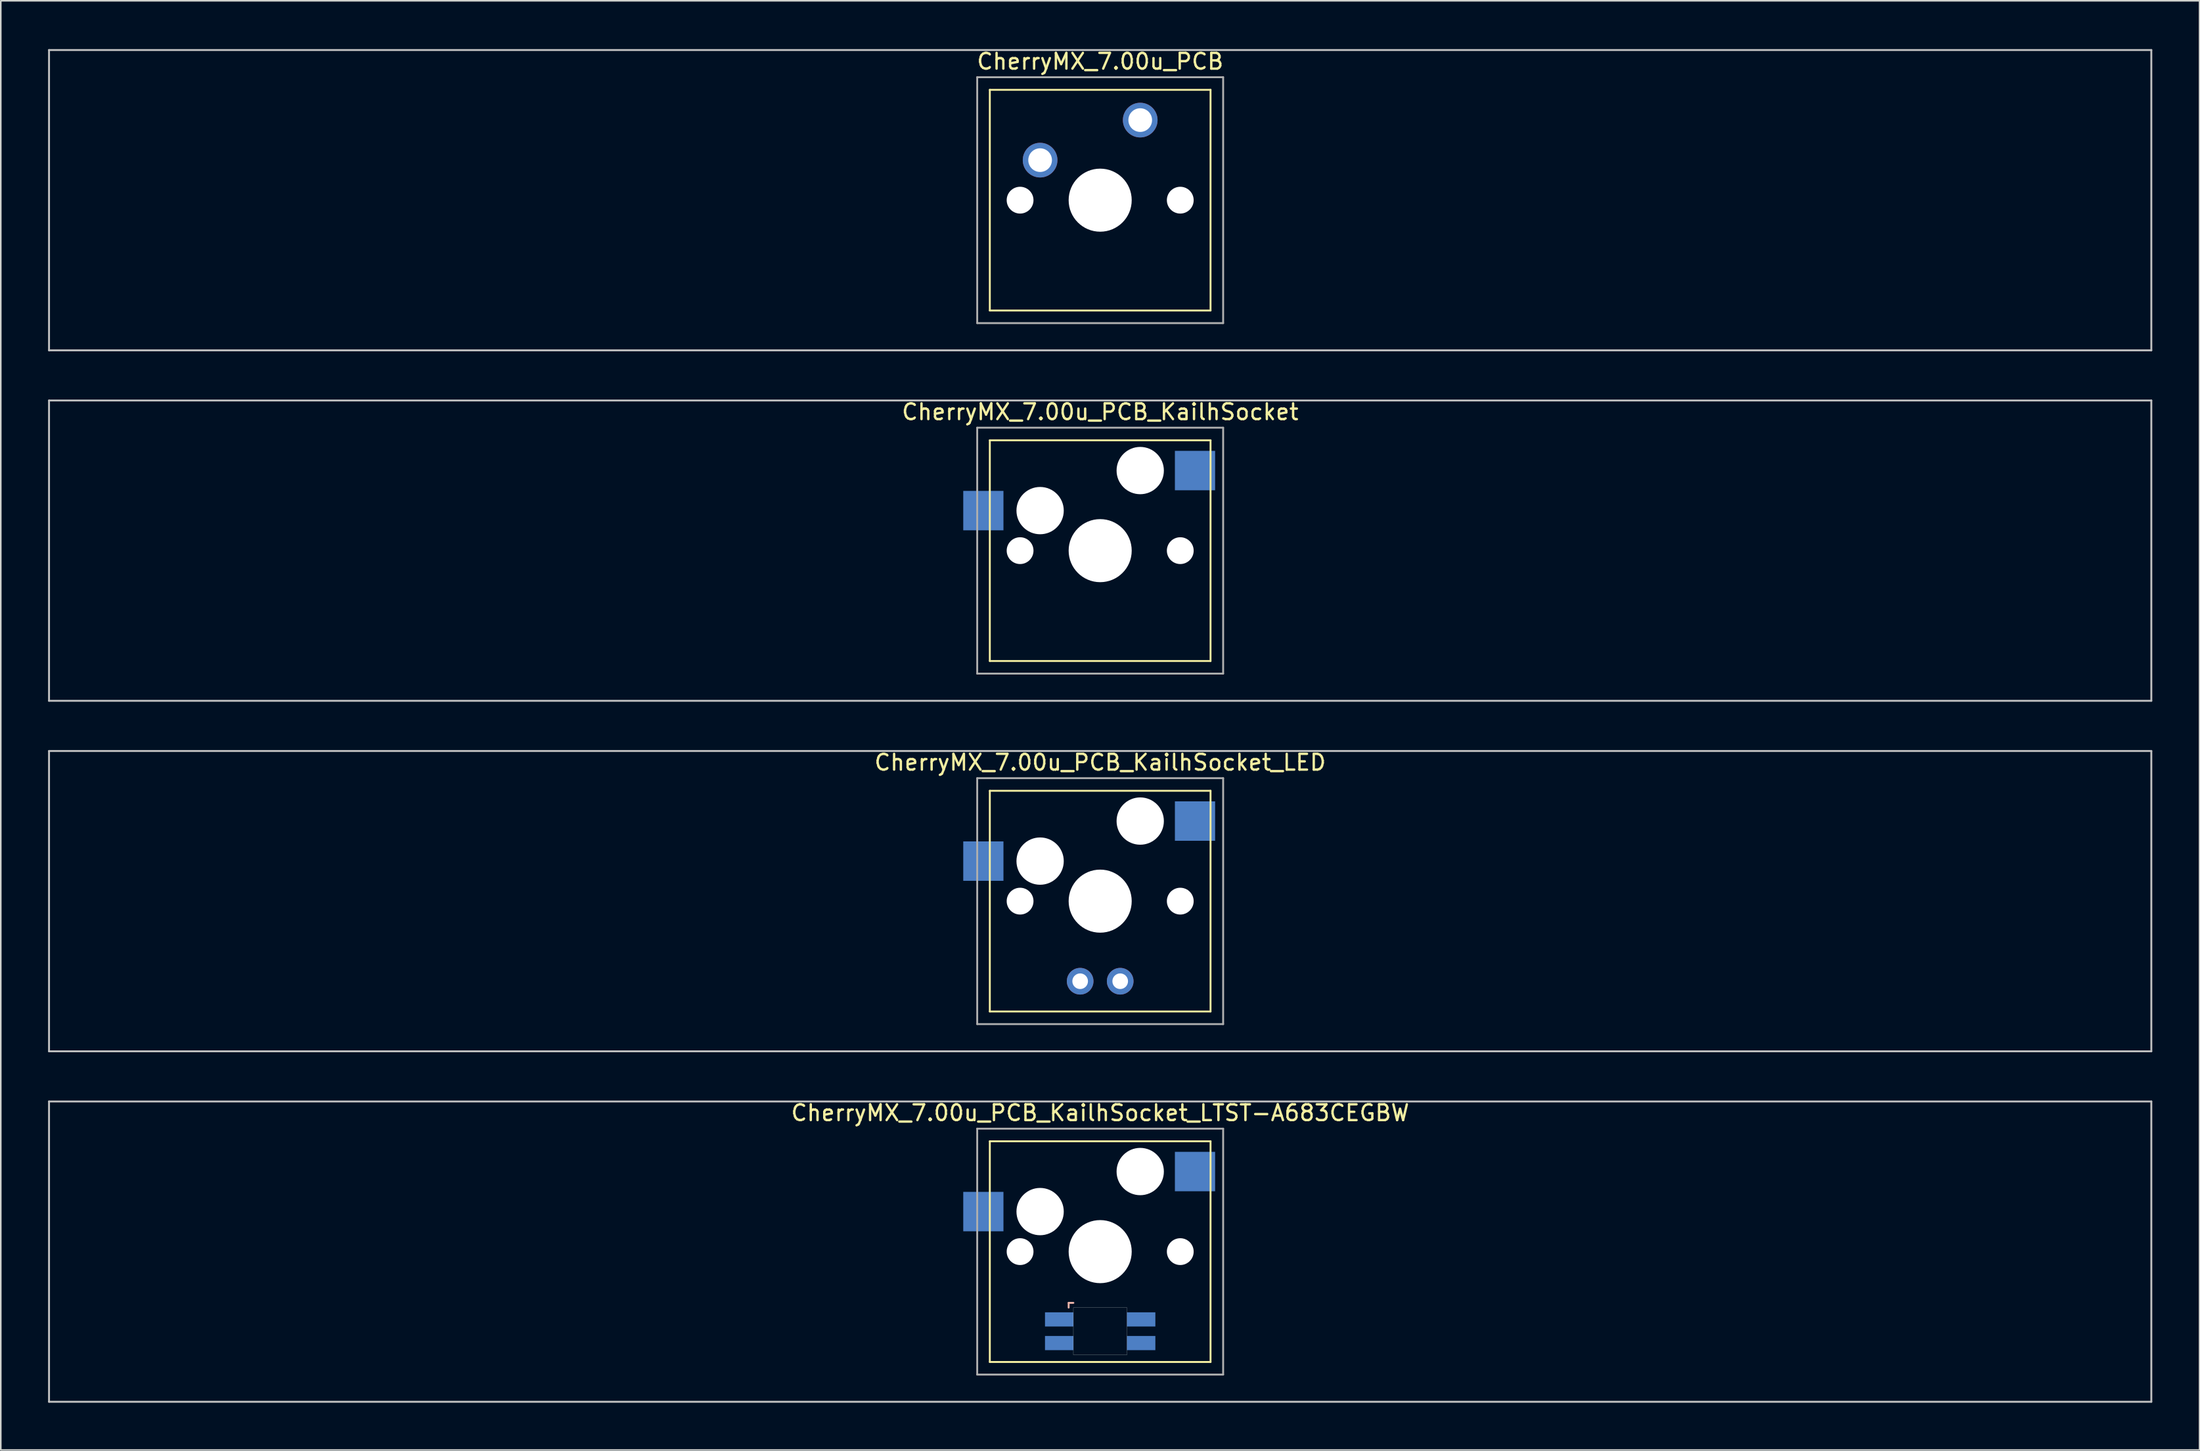
<source format=kicad_pcb>
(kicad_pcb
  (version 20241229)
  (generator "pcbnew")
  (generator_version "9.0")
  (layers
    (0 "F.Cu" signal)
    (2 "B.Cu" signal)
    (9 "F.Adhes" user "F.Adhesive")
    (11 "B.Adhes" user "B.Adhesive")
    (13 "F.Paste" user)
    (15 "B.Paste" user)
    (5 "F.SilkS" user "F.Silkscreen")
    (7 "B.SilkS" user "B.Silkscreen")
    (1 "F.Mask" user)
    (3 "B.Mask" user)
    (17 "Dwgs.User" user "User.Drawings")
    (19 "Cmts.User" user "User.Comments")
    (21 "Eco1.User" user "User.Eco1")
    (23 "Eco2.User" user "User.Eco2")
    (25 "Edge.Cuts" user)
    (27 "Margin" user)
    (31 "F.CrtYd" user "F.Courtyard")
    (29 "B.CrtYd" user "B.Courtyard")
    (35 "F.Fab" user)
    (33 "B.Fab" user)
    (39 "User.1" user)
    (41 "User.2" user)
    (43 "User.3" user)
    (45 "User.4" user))
  (footprint "CherryMX_7.00u_PCB_KailhSocket_LTST-A683CEGBW"
    (layer "F.Cu")
    (at 66.735 76.348)
    (property "Reference" "CherryMX_7.00u_PCB_KailhSocket_LTST-A683CEGBW" (at 0 -8.8 0) (layer "F.SilkS") (effects (font (size 1 1) (thickness 0.15))))
    (attr through_hole)
    (fp_line (start -7 -7) (end -7 7) (stroke (width 0.12) (type solid)) (layer "F.SilkS"))
    (fp_line (start -7 -7) (end 7 -7) (stroke (width 0.12) (type solid)) (layer "F.SilkS"))
    (fp_line (start 7 -7) (end 7 7) (stroke (width 0.12) (type solid)) (layer "F.SilkS"))
    (fp_line (start 7 7) (end -7 7) (stroke (width 0.12) (type solid)) (layer "F.SilkS"))
    (fp_line (start -2 3.25) (end -2 3.55) (stroke (width 0.12) (type solid)) (layer "B.SilkS"))
    (fp_line (start -1.7 3.25) (end -2 3.25) (stroke (width 0.12) (type solid)) (layer "B.SilkS"))
    (fp_line (start -66.675 -9.525) (end 66.675 -9.525) (stroke (width 0.12) (type solid)) (layer "Dwgs.User"))
    (fp_line (start -66.675 9.525) (end -66.675 -9.525) (stroke (width 0.12) (type solid)) (layer "Dwgs.User"))
    (fp_line (start 66.675 -9.525) (end 66.675 9.525) (stroke (width 0.12) (type solid)) (layer "Dwgs.User"))
    (fp_line (start 66.675 9.525) (end -66.675 9.525) (stroke (width 0.12) (type solid)) (layer "Dwgs.User"))
    (fp_poly (pts (xy 1.7 6.55) (xy -1.7 6.55) (xy -1.7 3.55) (xy 1.7 3.55)) (stroke (width 0.01) (type solid)) (fill no) (layer "Edge.Cuts"))
    (fp_line (start -7.8 -7.8) (end -7.8 7.8) (stroke (width 0.12) (type solid)) (layer "F.Fab"))
    (fp_line (start -7.8 -7.8) (end 7.8 -7.8) (stroke (width 0.12) (type solid)) (layer "F.Fab"))
    (fp_line (start -7.8 7.8) (end 7.8 7.8) (stroke (width 0.12) (type solid)) (layer "F.Fab"))
    (fp_line (start 7.8 -7.8) (end 7.8 7.8) (stroke (width 0.12) (type solid)) (layer "F.Fab"))
    (pad "" np_thru_hole circle (at -5.08 0) (size 1.7 1.7) (drill 1.7) (layers "*.Cu" "*.Mask"))
    (pad "" np_thru_hole circle (at -3.81 -2.54) (size 3 3) (drill 3) (layers "*.Cu" "*.Mask"))
    (pad "" np_thru_hole circle (at 0 0) (size 4 4) (drill 4) (layers "*.Cu" "*.Mask"))
    (pad "" np_thru_hole circle (at 2.54 -5.08) (size 3 3) (drill 3) (layers "*.Cu" "*.Mask"))
    (pad "" np_thru_hole circle (at 5.08 0) (size 1.7 1.7) (drill 1.7) (layers "*.Cu" "*.Mask"))
    (pad "1" smd rect (at -7.41 -2.54) (size 2.55 2.5) (layers "B.Cu" "B.Mask" "B.Paste"))
    (pad "2" smd rect (at 6.015 -5.08) (size 2.55 2.5) (layers "B.Cu" "B.Mask" "B.Paste"))
    (pad "3" smd rect (at -2.6 4.3) (size 1.8 0.9) (layers "B.Cu" "B.Mask" "B.Paste"))
    (pad "4" smd rect (at -2.6 5.8) (size 1.8 0.9) (layers "B.Cu" "B.Mask" "B.Paste"))
    (pad "5" smd rect (at 2.6 4.3) (size 1.8 0.9) (layers "B.Cu" "B.Mask" "B.Paste"))
    (pad "6" smd rect (at 2.6 5.8) (size 1.8 0.9) (layers "B.Cu" "B.Mask" "B.Paste")))
  (footprint "CherryMX_7.00u_PCB_KailhSocket_LED"
    (layer "F.Cu")
    (at 66.735 54.115)
    (property "Reference" "CherryMX_7.00u_PCB_KailhSocket_LED" (at 0 -8.8 0) (layer "F.SilkS") (effects (font (size 1 1) (thickness 0.15))))
    (attr through_hole)
    (fp_line (start -7 -7) (end -7 7) (stroke (width 0.12) (type solid)) (layer "F.SilkS"))
    (fp_line (start -7 -7) (end 7 -7) (stroke (width 0.12) (type solid)) (layer "F.SilkS"))
    (fp_line (start 7 -7) (end 7 7) (stroke (width 0.12) (type solid)) (layer "F.SilkS"))
    (fp_line (start 7 7) (end -7 7) (stroke (width 0.12) (type solid)) (layer "F.SilkS"))
    (fp_line (start -66.675 -9.525) (end 66.675 -9.525) (stroke (width 0.12) (type solid)) (layer "Dwgs.User"))
    (fp_line (start -66.675 9.525) (end -66.675 -9.525) (stroke (width 0.12) (type solid)) (layer "Dwgs.User"))
    (fp_line (start 66.675 -9.525) (end 66.675 9.525) (stroke (width 0.12) (type solid)) (layer "Dwgs.User"))
    (fp_line (start 66.675 9.525) (end -66.675 9.525) (stroke (width 0.12) (type solid)) (layer "Dwgs.User"))
    (fp_line (start -7.8 -7.8) (end -7.8 7.8) (stroke (width 0.12) (type solid)) (layer "F.Fab"))
    (fp_line (start -7.8 -7.8) (end 7.8 -7.8) (stroke (width 0.12) (type solid)) (layer "F.Fab"))
    (fp_line (start -7.8 7.8) (end 7.8 7.8) (stroke (width 0.12) (type solid)) (layer "F.Fab"))
    (fp_line (start 7.8 -7.8) (end 7.8 7.8) (stroke (width 0.12) (type solid)) (layer "F.Fab"))
    (pad "" np_thru_hole circle (at -5.08 0) (size 1.7 1.7) (drill 1.7) (layers "*.Cu" "*.Mask"))
    (pad "" np_thru_hole circle (at -3.81 -2.54) (size 3 3) (drill 3) (layers "*.Cu" "*.Mask"))
    (pad "" np_thru_hole circle (at 0 0) (size 4 4) (drill 4) (layers "*.Cu" "*.Mask"))
    (pad "" np_thru_hole circle (at 2.54 -5.08) (size 3 3) (drill 3) (layers "*.Cu" "*.Mask"))
    (pad "" np_thru_hole circle (at 5.08 0) (size 1.7 1.7) (drill 1.7) (layers "*.Cu" "*.Mask"))
    (pad "1" smd rect (at -7.41 -2.54) (size 2.55 2.5) (layers "B.Cu" "B.Mask" "B.Paste"))
    (pad "2" smd rect (at 6.015 -5.08) (size 2.55 2.5) (layers "B.Cu" "B.Mask" "B.Paste"))
    (pad "3" thru_hole circle (at -1.27 5.08) (size 1.691 1.691) (drill 0.991) (layers "*.Cu" "*.Mask"))
    (pad "4" thru_hole circle (at 1.27 5.08) (size 1.691 1.691) (drill 0.991) (layers "*.Cu" "*.Mask")))
  (footprint "CherryMX_7.00u_PCB"
    (layer "F.Cu")
    (at 66.735 9.648)
    (property "Reference" "CherryMX_7.00u_PCB" (at 0 -8.8 0) (layer "F.SilkS") (effects (font (size 1 1) (thickness 0.15))))
    (attr through_hole)
    (fp_line (start -7 -7) (end -7 7) (stroke (width 0.12) (type solid)) (layer "F.SilkS"))
    (fp_line (start -7 -7) (end 7 -7) (stroke (width 0.12) (type solid)) (layer "F.SilkS"))
    (fp_line (start 7 -7) (end 7 7) (stroke (width 0.12) (type solid)) (layer "F.SilkS"))
    (fp_line (start 7 7) (end -7 7) (stroke (width 0.12) (type solid)) (layer "F.SilkS"))
    (fp_line (start -66.675 -9.525) (end 66.675 -9.525) (stroke (width 0.12) (type solid)) (layer "Dwgs.User"))
    (fp_line (start -66.675 9.525) (end -66.675 -9.525) (stroke (width 0.12) (type solid)) (layer "Dwgs.User"))
    (fp_line (start 66.675 -9.525) (end 66.675 9.525) (stroke (width 0.12) (type solid)) (layer "Dwgs.User"))
    (fp_line (start 66.675 9.525) (end -66.675 9.525) (stroke (width 0.12) (type solid)) (layer "Dwgs.User"))
    (fp_line (start -7.8 -7.8) (end -7.8 7.8) (stroke (width 0.12) (type solid)) (layer "F.Fab"))
    (fp_line (start -7.8 -7.8) (end 7.8 -7.8) (stroke (width 0.12) (type solid)) (layer "F.Fab"))
    (fp_line (start -7.8 7.8) (end 7.8 7.8) (stroke (width 0.12) (type solid)) (layer "F.Fab"))
    (fp_line (start 7.8 -7.8) (end 7.8 7.8) (stroke (width 0.12) (type solid)) (layer "F.Fab"))
    (pad "" np_thru_hole circle (at -5.08 0) (size 1.7 1.7) (drill 1.7) (layers "*.Cu" "*.Mask"))
    (pad "" np_thru_hole circle (at 0 0) (size 4 4) (drill 4) (layers "*.Cu" "*.Mask"))
    (pad "" np_thru_hole circle (at 5.08 0) (size 1.7 1.7) (drill 1.7) (layers "*.Cu" "*.Mask"))
    (pad "1" thru_hole circle (at -3.81 -2.54) (size 2.2 2.2) (drill 1.5) (layers "*.Cu" "*.Mask"))
    (pad "2" thru_hole circle (at 2.54 -5.08) (size 2.2 2.2) (drill 1.5) (layers "*.Cu" "*.Mask")))
  (footprint "CherryMX_7.00u_PCB_KailhSocket"
    (layer "F.Cu")
    (at 66.735 31.881)
    (property "Reference" "CherryMX_7.00u_PCB_KailhSocket" (at 0 -8.8 0) (layer "F.SilkS") (effects (font (size 1 1) (thickness 0.15))))
    (attr through_hole)
    (fp_line (start -7 -7) (end -7 7) (stroke (width 0.12) (type solid)) (layer "F.SilkS"))
    (fp_line (start -7 -7) (end 7 -7) (stroke (width 0.12) (type solid)) (layer "F.SilkS"))
    (fp_line (start 7 -7) (end 7 7) (stroke (width 0.12) (type solid)) (layer "F.SilkS"))
    (fp_line (start 7 7) (end -7 7) (stroke (width 0.12) (type solid)) (layer "F.SilkS"))
    (fp_line (start -66.675 -9.525) (end 66.675 -9.525) (stroke (width 0.12) (type solid)) (layer "Dwgs.User"))
    (fp_line (start -66.675 9.525) (end -66.675 -9.525) (stroke (width 0.12) (type solid)) (layer "Dwgs.User"))
    (fp_line (start 66.675 -9.525) (end 66.675 9.525) (stroke (width 0.12) (type solid)) (layer "Dwgs.User"))
    (fp_line (start 66.675 9.525) (end -66.675 9.525) (stroke (width 0.12) (type solid)) (layer "Dwgs.User"))
    (fp_line (start -7.8 -7.8) (end -7.8 7.8) (stroke (width 0.12) (type solid)) (layer "F.Fab"))
    (fp_line (start -7.8 -7.8) (end 7.8 -7.8) (stroke (width 0.12) (type solid)) (layer "F.Fab"))
    (fp_line (start -7.8 7.8) (end 7.8 7.8) (stroke (width 0.12) (type solid)) (layer "F.Fab"))
    (fp_line (start 7.8 -7.8) (end 7.8 7.8) (stroke (width 0.12) (type solid)) (layer "F.Fab"))
    (pad "" np_thru_hole circle (at -5.08 0) (size 1.7 1.7) (drill 1.7) (layers "*.Cu" "*.Mask"))
    (pad "" np_thru_hole circle (at -3.81 -2.54) (size 3 3) (drill 3) (layers "*.Cu" "*.Mask"))
    (pad "" np_thru_hole circle (at 0 0) (size 4 4) (drill 4) (layers "*.Cu" "*.Mask"))
    (pad "" np_thru_hole circle (at 2.54 -5.08) (size 3 3) (drill 3) (layers "*.Cu" "*.Mask"))
    (pad "" np_thru_hole circle (at 5.08 0) (size 1.7 1.7) (drill 1.7) (layers "*.Cu" "*.Mask"))
    (pad "1" smd rect (at -7.41 -2.54) (size 2.55 2.5) (layers "B.Cu" "B.Mask" "B.Paste"))
    (pad "2" smd rect (at 6.015 -5.08) (size 2.55 2.5) (layers "B.Cu" "B.Mask" "B.Paste")))
  (gr_rect
    (start -3 -3)
    (end 136.47 88.933)
    (stroke (width 0.1) (type default))
    (fill no)
    (layer "Edge.Cuts")))
</source>
